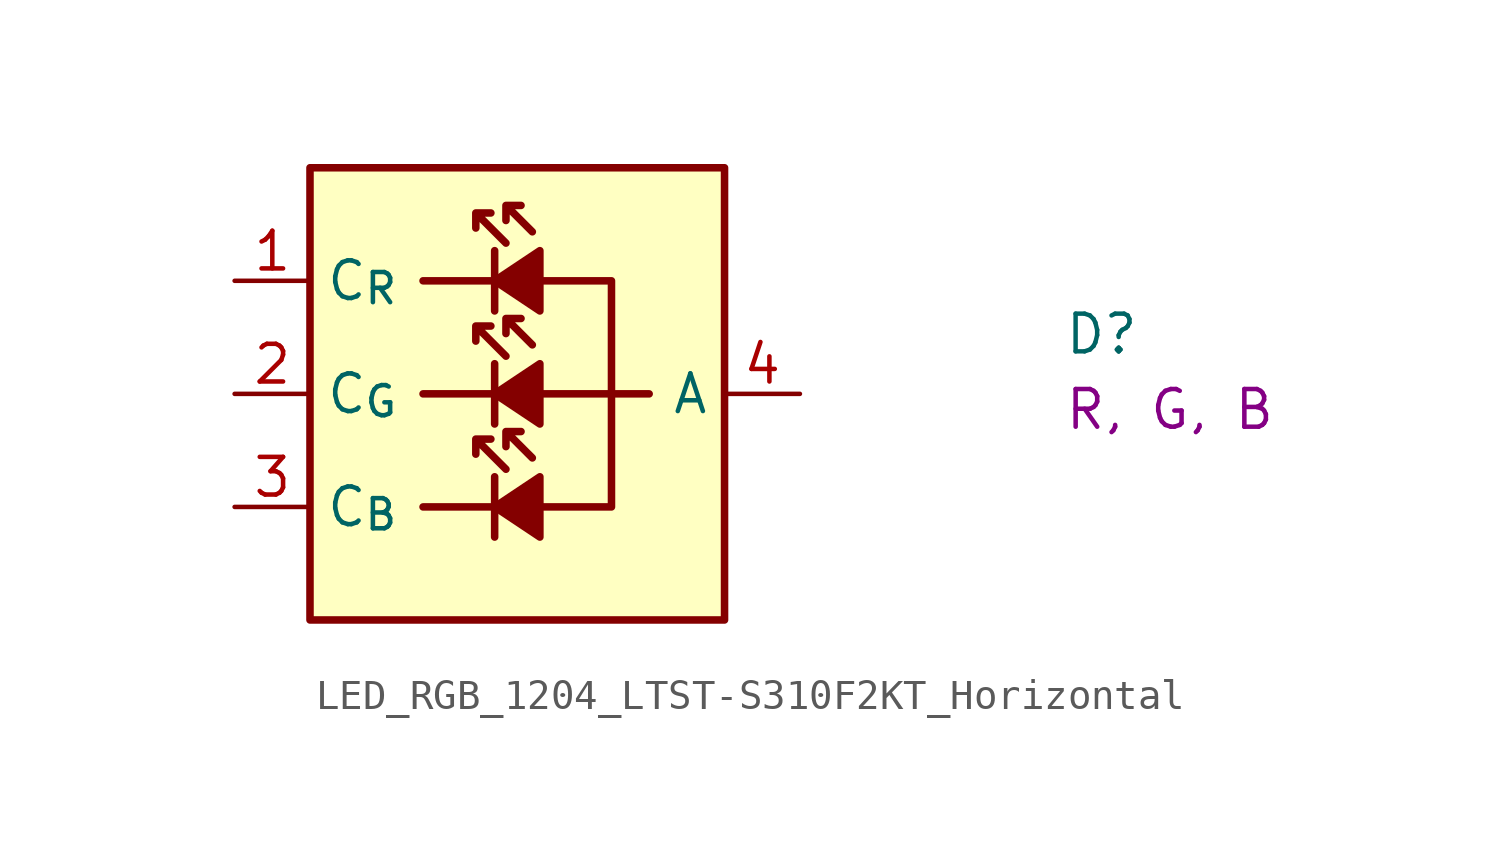
<source format=kicad_sym>
(kicad_symbol_lib
  (version 20220914)
  (generator kicad_symbol_editor)
  (symbol "LED_RGB_1204_LTST-S310F2KT_Horizontal"
    (property "Reference" "D"
      (at 27.94 -2.54 0)
      (effects (font (size 1.27 1.27) (thickness 0.15)) (justify left bottom)))
    (property "Color" "R, G, B"
      (at 27.94 -5.08 0)
      (effects (font (size 1.27 1.27)) (justify left bottom)))
    (symbol "LED_RGB_1204_LTST-S310F2KT_Horizontal_1_1"
      (polyline (pts (xy 6.35 -7.62) (xy 8.89 -7.62)) (stroke (width 0.254) (type default)) (fill (type none)))
      (polyline (pts (xy 6.35 -3.81) (xy 8.89 -3.81)) (stroke (width 0.254) (type default)) (fill (type none)))
      (polyline (pts (xy 6.35 0) (xy 8.89 0)) (stroke (width 0.254) (type default)) (fill (type none)))
      (polyline (pts (xy 8.763 -6.604) (xy 8.763 -8.636)) (stroke (width 0.254) (type default)) (fill (type none)))
      (polyline (pts (xy 8.763 -2.794) (xy 8.763 -4.826)) (stroke (width 0.254) (type default)) (fill (type none)))
      (polyline (pts (xy 8.763 1.016) (xy 8.763 -1.016)) (stroke (width 0.254) (type default)) (fill (type none)))
      (polyline (pts (xy 12.7 -3.81) (xy 13.97 -3.81)) (stroke (width 0.254) (type default)) (fill (type none)))
      (polyline (pts (xy 12.7 -3.81) (xy 12.7 -7.62) (xy 10.16 -7.62)) (stroke (width 0.254) (type default)) (fill (type none)))
      (polyline (pts (xy 10.16 -3.81) (xy 12.7 -3.81) (xy 12.7 0) (xy 10.16 0)) (stroke (width 0.254) (type default)) (fill (type none)))
      (polyline (pts (xy 10.287 -6.604) (xy 10.287 -8.636) (xy 8.763 -7.62) (xy 10.287 -6.604)) (stroke (width 0.254) (type default)) (fill (type outline)))
      (polyline (pts (xy 10.287 -2.794) (xy 10.287 -4.826) (xy 8.763 -3.81) (xy 10.287 -2.794)) (stroke (width 0.254) (type default)) (fill (type outline)))
      (polyline (pts (xy 10.287 1.016) (xy 10.287 -1.016) (xy 8.763 0) (xy 10.287 1.016)) (stroke (width 0.254) (type default)) (fill (type outline)))
      (polyline (pts (xy 8.128 -5.334) (xy 8.128 -5.842) (xy 8.128 -5.334) (xy 8.636 -5.334) (xy 8.128 -5.334) (xy 9.144 -6.35)) (stroke (width 0.254) (type default)) (fill (type none)))
      (polyline (pts (xy 8.128 -1.524) (xy 8.128 -2.032) (xy 8.128 -1.524) (xy 8.636 -1.524) (xy 8.128 -1.524) (xy 9.144 -2.54)) (stroke (width 0.254) (type default)) (fill (type none)))
      (polyline (pts (xy 8.128 2.286) (xy 8.128 1.778) (xy 8.128 2.286) (xy 8.636 2.286) (xy 8.128 2.286) (xy 9.144 1.27)) (stroke (width 0.254) (type default)) (fill (type none)))
      (polyline (pts (xy 9.144 -5.08) (xy 9.144 -5.588) (xy 9.144 -5.08) (xy 9.652 -5.08) (xy 9.144 -5.08) (xy 10.033 -5.969)) (stroke (width 0.254) (type default)) (fill (type none)))
      (polyline (pts (xy 9.144 -1.27) (xy 9.144 -1.778) (xy 9.144 -1.27) (xy 9.652 -1.27) (xy 9.144 -1.27) (xy 10.033 -2.159)) (stroke (width 0.254) (type default)) (fill (type none)))
      (polyline (pts (xy 9.144 2.54) (xy 9.144 2.032) (xy 9.144 2.54) (xy 9.652 2.54) (xy 9.144 2.54) (xy 10.033 1.651)) (stroke (width 0.254) (type default)) (fill (type none)))
      (rectangle (start 2.54 3.81) (end 16.51 -11.43) (stroke (width 0.254) (type default)) (fill (type background)))
      (pin passive line (at 0 0 0) (length 2.54) (name "C_{R}" (effects (font (size 1.27 1.27)))) (number "1" (effects (font (size 1.27 1.27)))))
      (pin passive line (at 0 -3.81 0) (length 2.54) (name "C_{G}" (effects (font (size 1.27 1.27)))) (number "2" (effects (font (size 1.27 1.27)))))
      (pin passive line (at 0 -7.62 0) (length 2.54) (name "C_{B}" (effects (font (size 1.27 1.27)))) (number "3" (effects (font (size 1.27 1.27)))))
      (pin passive line (at 19.05 -3.81 180) (length 2.54) (name "A" (effects (font (size 1.27 1.27)))) (number "4" (effects (font (size 1.27 1.27))))))))
</source>
